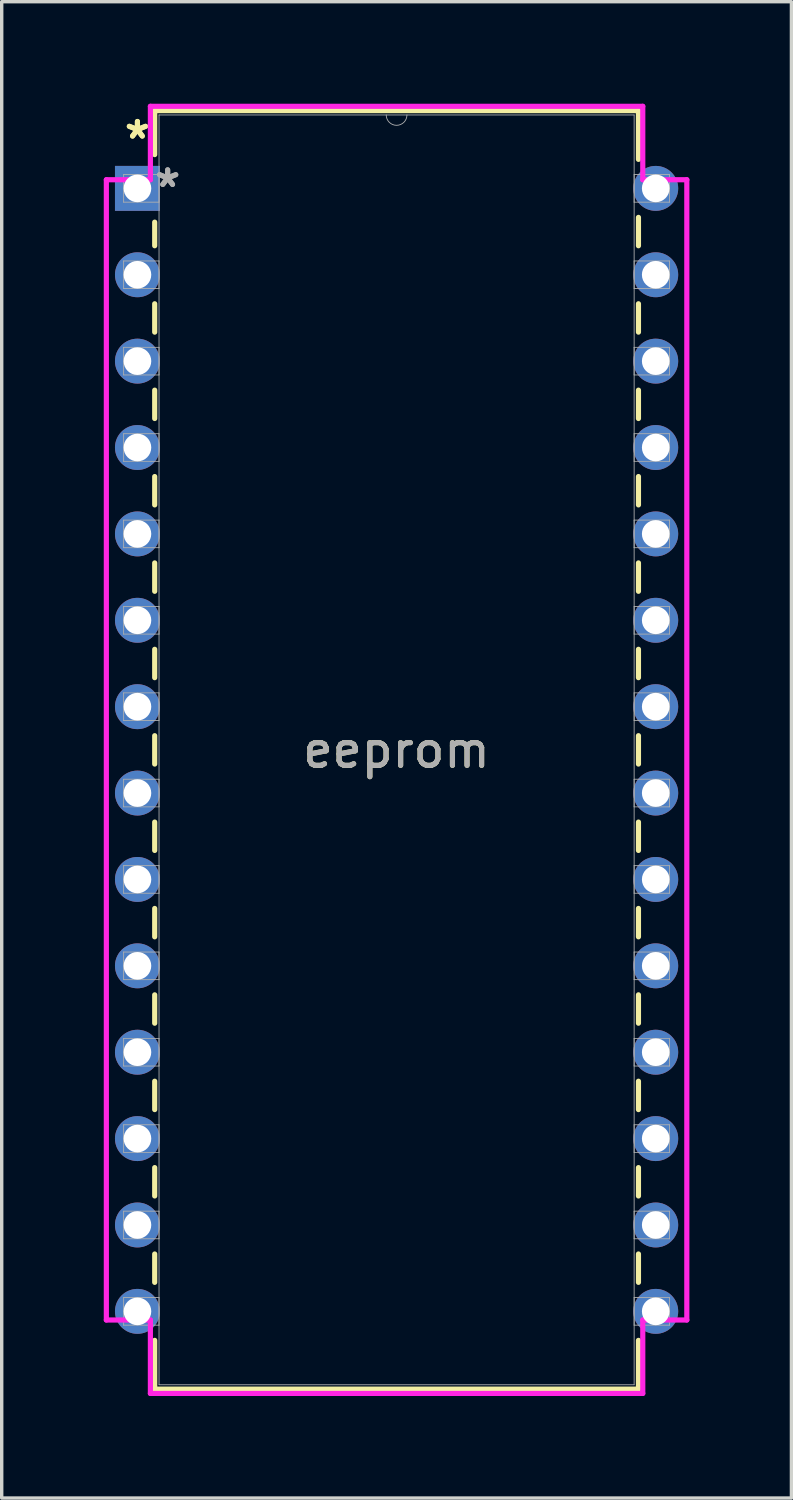
<source format=kicad_pcb>
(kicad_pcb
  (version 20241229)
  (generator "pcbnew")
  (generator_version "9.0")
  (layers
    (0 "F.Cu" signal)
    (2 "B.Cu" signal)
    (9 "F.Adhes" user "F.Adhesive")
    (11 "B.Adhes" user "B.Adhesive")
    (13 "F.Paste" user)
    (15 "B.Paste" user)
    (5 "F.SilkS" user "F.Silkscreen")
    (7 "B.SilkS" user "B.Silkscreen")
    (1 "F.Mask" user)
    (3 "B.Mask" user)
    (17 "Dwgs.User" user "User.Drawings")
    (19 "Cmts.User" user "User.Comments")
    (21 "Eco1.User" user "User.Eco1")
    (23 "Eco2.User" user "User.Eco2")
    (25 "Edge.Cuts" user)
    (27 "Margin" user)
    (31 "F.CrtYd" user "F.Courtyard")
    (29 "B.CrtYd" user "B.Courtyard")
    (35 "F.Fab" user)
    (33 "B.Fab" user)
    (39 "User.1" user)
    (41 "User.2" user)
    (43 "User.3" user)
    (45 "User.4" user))
  (footprint "eeprom"
    (layer "F.Cu")
    (at 16.231 35.509)
    (property "Reference" "eeprom" (at -7.62 -16.51 0) (unlocked yes) (layer "F.SilkS") (effects (font (size 1 1) (thickness 0.15))))
    (attr through_hole)
    (fp_line (start -14.732 -35.306) (end -14.732 -34.013) (stroke (width 0.152) (type solid)) (layer "F.SilkS"))
    (fp_line (start -14.732 -32.027) (end -14.732 -31.333) (stroke (width 0.152) (type solid)) (layer "F.SilkS"))
    (fp_line (start -14.732 -29.627) (end -14.732 -28.793) (stroke (width 0.152) (type solid)) (layer "F.SilkS"))
    (fp_line (start -14.732 -27.087) (end -14.732 -26.253) (stroke (width 0.152) (type solid)) (layer "F.SilkS"))
    (fp_line (start -14.732 -24.547) (end -14.732 -23.713) (stroke (width 0.152) (type solid)) (layer "F.SilkS"))
    (fp_line (start -14.732 -22.007) (end -14.732 -21.173) (stroke (width 0.152) (type solid)) (layer "F.SilkS"))
    (fp_line (start -14.732 -19.467) (end -14.732 -18.633) (stroke (width 0.152) (type solid)) (layer "F.SilkS"))
    (fp_line (start -14.732 -16.927) (end -14.732 -16.093) (stroke (width 0.152) (type solid)) (layer "F.SilkS"))
    (fp_line (start -14.732 -14.387) (end -14.732 -13.553) (stroke (width 0.152) (type solid)) (layer "F.SilkS"))
    (fp_line (start -14.732 -11.847) (end -14.732 -11.013) (stroke (width 0.152) (type solid)) (layer "F.SilkS"))
    (fp_line (start -14.732 -9.307) (end -14.732 -8.473) (stroke (width 0.152) (type solid)) (layer "F.SilkS"))
    (fp_line (start -14.732 -6.767) (end -14.732 -5.933) (stroke (width 0.152) (type solid)) (layer "F.SilkS"))
    (fp_line (start -14.732 -4.227) (end -14.732 -3.393) (stroke (width 0.152) (type solid)) (layer "F.SilkS"))
    (fp_line (start -14.732 -1.687) (end -14.732 -0.853) (stroke (width 0.152) (type solid)) (layer "F.SilkS"))
    (fp_line (start -14.732 0.853) (end -14.732 2.286) (stroke (width 0.152) (type solid)) (layer "F.SilkS"))
    (fp_line (start -14.732 2.286) (end -0.508 2.286) (stroke (width 0.152) (type solid)) (layer "F.SilkS"))
    (fp_line (start -0.508 -35.306) (end -14.732 -35.306) (stroke (width 0.152) (type solid)) (layer "F.SilkS"))
    (fp_line (start -0.508 -33.873) (end -0.508 -35.306) (stroke (width 0.152) (type solid)) (layer "F.SilkS"))
    (fp_line (start -0.508 -31.333) (end -0.508 -32.167) (stroke (width 0.152) (type solid)) (layer "F.SilkS"))
    (fp_line (start -0.508 -28.793) (end -0.508 -29.627) (stroke (width 0.152) (type solid)) (layer "F.SilkS"))
    (fp_line (start -0.508 -26.253) (end -0.508 -27.087) (stroke (width 0.152) (type solid)) (layer "F.SilkS"))
    (fp_line (start -0.508 -23.713) (end -0.508 -24.547) (stroke (width 0.152) (type solid)) (layer "F.SilkS"))
    (fp_line (start -0.508 -21.173) (end -0.508 -22.007) (stroke (width 0.152) (type solid)) (layer "F.SilkS"))
    (fp_line (start -0.508 -18.633) (end -0.508 -19.467) (stroke (width 0.152) (type solid)) (layer "F.SilkS"))
    (fp_line (start -0.508 -16.093) (end -0.508 -16.927) (stroke (width 0.152) (type solid)) (layer "F.SilkS"))
    (fp_line (start -0.508 -13.553) (end -0.508 -14.387) (stroke (width 0.152) (type solid)) (layer "F.SilkS"))
    (fp_line (start -0.508 -11.013) (end -0.508 -11.847) (stroke (width 0.152) (type solid)) (layer "F.SilkS"))
    (fp_line (start -0.508 -8.473) (end -0.508 -9.307) (stroke (width 0.152) (type solid)) (layer "F.SilkS"))
    (fp_line (start -0.508 -5.933) (end -0.508 -6.767) (stroke (width 0.152) (type solid)) (layer "F.SilkS"))
    (fp_line (start -0.508 -3.393) (end -0.508 -4.227) (stroke (width 0.152) (type solid)) (layer "F.SilkS"))
    (fp_line (start -0.508 -0.853) (end -0.508 -1.687) (stroke (width 0.152) (type solid)) (layer "F.SilkS"))
    (fp_line (start -0.508 2.286) (end -0.508 0.853) (stroke (width 0.152) (type solid)) (layer "F.SilkS"))
    (fp_line (start -16.154 -33.274) (end -14.859 -33.274) (stroke (width 0.152) (type solid)) (layer "F.CrtYd"))
    (fp_line (start -16.154 0.254) (end -16.154 -33.274) (stroke (width 0.152) (type solid)) (layer "F.CrtYd"))
    (fp_line (start -14.859 -35.433) (end -0.381 -35.433) (stroke (width 0.152) (type solid)) (layer "F.CrtYd"))
    (fp_line (start -14.859 -33.274) (end -14.859 -35.433) (stroke (width 0.152) (type solid)) (layer "F.CrtYd"))
    (fp_line (start -14.859 0.254) (end -16.154 0.254) (stroke (width 0.152) (type solid)) (layer "F.CrtYd"))
    (fp_line (start -14.859 2.413) (end -14.859 0.254) (stroke (width 0.152) (type solid)) (layer "F.CrtYd"))
    (fp_line (start -0.381 -35.433) (end -0.381 -33.274) (stroke (width 0.152) (type solid)) (layer "F.CrtYd"))
    (fp_line (start -0.381 0.254) (end -0.381 2.413) (stroke (width 0.152) (type solid)) (layer "F.CrtYd"))
    (fp_line (start -0.381 2.413) (end -14.859 2.413) (stroke (width 0.152) (type solid)) (layer "F.CrtYd"))
    (fp_line (start 0.914 -33.274) (end -0.381 -33.274) (stroke (width 0.152) (type solid)) (layer "F.CrtYd"))
    (fp_line (start 0.914 -33.274) (end 0.914 0.254) (stroke (width 0.152) (type solid)) (layer "F.CrtYd"))
    (fp_line (start 0.914 0.254) (end -0.381 0.254) (stroke (width 0.152) (type solid)) (layer "F.CrtYd"))
    (fp_line (start -15.646 -33.426) (end -15.646 -32.614) (stroke (width 0.025) (type solid)) (layer "F.Fab"))
    (fp_line (start -15.646 -32.614) (end -14.605 -32.614) (stroke (width 0.025) (type solid)) (layer "F.Fab"))
    (fp_line (start -15.646 -30.886) (end -15.646 -30.074) (stroke (width 0.025) (type solid)) (layer "F.Fab"))
    (fp_line (start -15.646 -30.074) (end -14.605 -30.074) (stroke (width 0.025) (type solid)) (layer "F.Fab"))
    (fp_line (start -15.646 -28.346) (end -15.646 -27.534) (stroke (width 0.025) (type solid)) (layer "F.Fab"))
    (fp_line (start -15.646 -27.534) (end -14.605 -27.534) (stroke (width 0.025) (type solid)) (layer "F.Fab"))
    (fp_line (start -15.646 -25.806) (end -15.646 -24.994) (stroke (width 0.025) (type solid)) (layer "F.Fab"))
    (fp_line (start -15.646 -24.994) (end -14.605 -24.994) (stroke (width 0.025) (type solid)) (layer "F.Fab"))
    (fp_line (start -15.646 -23.266) (end -15.646 -22.454) (stroke (width 0.025) (type solid)) (layer "F.Fab"))
    (fp_line (start -15.646 -22.454) (end -14.605 -22.454) (stroke (width 0.025) (type solid)) (layer "F.Fab"))
    (fp_line (start -15.646 -20.726) (end -15.646 -19.914) (stroke (width 0.025) (type solid)) (layer "F.Fab"))
    (fp_line (start -15.646 -19.914) (end -14.605 -19.914) (stroke (width 0.025) (type solid)) (layer "F.Fab"))
    (fp_line (start -15.646 -18.186) (end -15.646 -17.374) (stroke (width 0.025) (type solid)) (layer "F.Fab"))
    (fp_line (start -15.646 -17.374) (end -14.605 -17.374) (stroke (width 0.025) (type solid)) (layer "F.Fab"))
    (fp_line (start -15.646 -15.646) (end -15.646 -14.834) (stroke (width 0.025) (type solid)) (layer "F.Fab"))
    (fp_line (start -15.646 -14.834) (end -14.605 -14.834) (stroke (width 0.025) (type solid)) (layer "F.Fab"))
    (fp_line (start -15.646 -13.106) (end -15.646 -12.294) (stroke (width 0.025) (type solid)) (layer "F.Fab"))
    (fp_line (start -15.646 -12.294) (end -14.605 -12.294) (stroke (width 0.025) (type solid)) (layer "F.Fab"))
    (fp_line (start -15.646 -10.566) (end -15.646 -9.754) (stroke (width 0.025) (type solid)) (layer "F.Fab"))
    (fp_line (start -15.646 -9.754) (end -14.605 -9.754) (stroke (width 0.025) (type solid)) (layer "F.Fab"))
    (fp_line (start -15.646 -8.026) (end -15.646 -7.214) (stroke (width 0.025) (type solid)) (layer "F.Fab"))
    (fp_line (start -15.646 -7.214) (end -14.605 -7.214) (stroke (width 0.025) (type solid)) (layer "F.Fab"))
    (fp_line (start -15.646 -5.486) (end -15.646 -4.674) (stroke (width 0.025) (type solid)) (layer "F.Fab"))
    (fp_line (start -15.646 -4.674) (end -14.605 -4.674) (stroke (width 0.025) (type solid)) (layer "F.Fab"))
    (fp_line (start -15.646 -2.946) (end -15.646 -2.134) (stroke (width 0.025) (type solid)) (layer "F.Fab"))
    (fp_line (start -15.646 -2.134) (end -14.605 -2.134) (stroke (width 0.025) (type solid)) (layer "F.Fab"))
    (fp_line (start -15.646 -0.406) (end -15.646 0.406) (stroke (width 0.025) (type solid)) (layer "F.Fab"))
    (fp_line (start -15.646 0.406) (end -14.605 0.406) (stroke (width 0.025) (type solid)) (layer "F.Fab"))
    (fp_line (start -14.605 -35.179) (end -14.605 2.159) (stroke (width 0.025) (type solid)) (layer "F.Fab"))
    (fp_line (start -14.605 -33.426) (end -15.646 -33.426) (stroke (width 0.025) (type solid)) (layer "F.Fab"))
    (fp_line (start -14.605 -32.614) (end -14.605 -33.426) (stroke (width 0.025) (type solid)) (layer "F.Fab"))
    (fp_line (start -14.605 -30.886) (end -15.646 -30.886) (stroke (width 0.025) (type solid)) (layer "F.Fab"))
    (fp_line (start -14.605 -30.074) (end -14.605 -30.886) (stroke (width 0.025) (type solid)) (layer "F.Fab"))
    (fp_line (start -14.605 -28.346) (end -15.646 -28.346) (stroke (width 0.025) (type solid)) (layer "F.Fab"))
    (fp_line (start -14.605 -27.534) (end -14.605 -28.346) (stroke (width 0.025) (type solid)) (layer "F.Fab"))
    (fp_line (start -14.605 -25.806) (end -15.646 -25.806) (stroke (width 0.025) (type solid)) (layer "F.Fab"))
    (fp_line (start -14.605 -24.994) (end -14.605 -25.806) (stroke (width 0.025) (type solid)) (layer "F.Fab"))
    (fp_line (start -14.605 -23.266) (end -15.646 -23.266) (stroke (width 0.025) (type solid)) (layer "F.Fab"))
    (fp_line (start -14.605 -22.454) (end -14.605 -23.266) (stroke (width 0.025) (type solid)) (layer "F.Fab"))
    (fp_line (start -14.605 -20.726) (end -15.646 -20.726) (stroke (width 0.025) (type solid)) (layer "F.Fab"))
    (fp_line (start -14.605 -19.914) (end -14.605 -20.726) (stroke (width 0.025) (type solid)) (layer "F.Fab"))
    (fp_line (start -14.605 -18.186) (end -15.646 -18.186) (stroke (width 0.025) (type solid)) (layer "F.Fab"))
    (fp_line (start -14.605 -17.374) (end -14.605 -18.186) (stroke (width 0.025) (type solid)) (layer "F.Fab"))
    (fp_line (start -14.605 -15.646) (end -15.646 -15.646) (stroke (width 0.025) (type solid)) (layer "F.Fab"))
    (fp_line (start -14.605 -14.834) (end -14.605 -15.646) (stroke (width 0.025) (type solid)) (layer "F.Fab"))
    (fp_line (start -14.605 -13.106) (end -15.646 -13.106) (stroke (width 0.025) (type solid)) (layer "F.Fab"))
    (fp_line (start -14.605 -12.294) (end -14.605 -13.106) (stroke (width 0.025) (type solid)) (layer "F.Fab"))
    (fp_line (start -14.605 -10.566) (end -15.646 -10.566) (stroke (width 0.025) (type solid)) (layer "F.Fab"))
    (fp_line (start -14.605 -9.754) (end -14.605 -10.566) (stroke (width 0.025) (type solid)) (layer "F.Fab"))
    (fp_line (start -14.605 -8.026) (end -15.646 -8.026) (stroke (width 0.025) (type solid)) (layer "F.Fab"))
    (fp_line (start -14.605 -7.214) (end -14.605 -8.026) (stroke (width 0.025) (type solid)) (layer "F.Fab"))
    (fp_line (start -14.605 -5.486) (end -15.646 -5.486) (stroke (width 0.025) (type solid)) (layer "F.Fab"))
    (fp_line (start -14.605 -4.674) (end -14.605 -5.486) (stroke (width 0.025) (type solid)) (layer "F.Fab"))
    (fp_line (start -14.605 -2.946) (end -15.646 -2.946) (stroke (width 0.025) (type solid)) (layer "F.Fab"))
    (fp_line (start -14.605 -2.134) (end -14.605 -2.946) (stroke (width 0.025) (type solid)) (layer "F.Fab"))
    (fp_line (start -14.605 -0.406) (end -15.646 -0.406) (stroke (width 0.025) (type solid)) (layer "F.Fab"))
    (fp_line (start -14.605 0.406) (end -14.605 -0.406) (stroke (width 0.025) (type solid)) (layer "F.Fab"))
    (fp_line (start -14.605 2.159) (end -0.635 2.159) (stroke (width 0.025) (type solid)) (layer "F.Fab"))
    (fp_line (start -0.635 -35.179) (end -14.605 -35.179) (stroke (width 0.025) (type solid)) (layer "F.Fab"))
    (fp_line (start -0.635 -33.426) (end -0.635 -32.614) (stroke (width 0.025) (type solid)) (layer "F.Fab"))
    (fp_line (start -0.635 -32.614) (end 0.406 -32.614) (stroke (width 0.025) (type solid)) (layer "F.Fab"))
    (fp_line (start -0.635 -30.886) (end -0.635 -30.074) (stroke (width 0.025) (type solid)) (layer "F.Fab"))
    (fp_line (start -0.635 -30.074) (end 0.406 -30.074) (stroke (width 0.025) (type solid)) (layer "F.Fab"))
    (fp_line (start -0.635 -28.346) (end -0.635 -27.534) (stroke (width 0.025) (type solid)) (layer "F.Fab"))
    (fp_line (start -0.635 -27.534) (end 0.406 -27.534) (stroke (width 0.025) (type solid)) (layer "F.Fab"))
    (fp_line (start -0.635 -25.806) (end -0.635 -24.994) (stroke (width 0.025) (type solid)) (layer "F.Fab"))
    (fp_line (start -0.635 -24.994) (end 0.406 -24.994) (stroke (width 0.025) (type solid)) (layer "F.Fab"))
    (fp_line (start -0.635 -23.266) (end -0.635 -22.454) (stroke (width 0.025) (type solid)) (layer "F.Fab"))
    (fp_line (start -0.635 -22.454) (end 0.406 -22.454) (stroke (width 0.025) (type solid)) (layer "F.Fab"))
    (fp_line (start -0.635 -20.726) (end -0.635 -19.914) (stroke (width 0.025) (type solid)) (layer "F.Fab"))
    (fp_line (start -0.635 -19.914) (end 0.406 -19.914) (stroke (width 0.025) (type solid)) (layer "F.Fab"))
    (fp_line (start -0.635 -18.186) (end -0.635 -17.374) (stroke (width 0.025) (type solid)) (layer "F.Fab"))
    (fp_line (start -0.635 -17.374) (end 0.406 -17.374) (stroke (width 0.025) (type solid)) (layer "F.Fab"))
    (fp_line (start -0.635 -15.646) (end -0.635 -14.834) (stroke (width 0.025) (type solid)) (layer "F.Fab"))
    (fp_line (start -0.635 -14.834) (end 0.406 -14.834) (stroke (width 0.025) (type solid)) (layer "F.Fab"))
    (fp_line (start -0.635 -13.106) (end -0.635 -12.294) (stroke (width 0.025) (type solid)) (layer "F.Fab"))
    (fp_line (start -0.635 -12.294) (end 0.406 -12.294) (stroke (width 0.025) (type solid)) (layer "F.Fab"))
    (fp_line (start -0.635 -10.566) (end -0.635 -9.754) (stroke (width 0.025) (type solid)) (layer "F.Fab"))
    (fp_line (start -0.635 -9.754) (end 0.406 -9.754) (stroke (width 0.025) (type solid)) (layer "F.Fab"))
    (fp_line (start -0.635 -8.026) (end -0.635 -7.214) (stroke (width 0.025) (type solid)) (layer "F.Fab"))
    (fp_line (start -0.635 -7.214) (end 0.406 -7.214) (stroke (width 0.025) (type solid)) (layer "F.Fab"))
    (fp_line (start -0.635 -5.486) (end -0.635 -4.674) (stroke (width 0.025) (type solid)) (layer "F.Fab"))
    (fp_line (start -0.635 -4.674) (end 0.406 -4.674) (stroke (width 0.025) (type solid)) (layer "F.Fab"))
    (fp_line (start -0.635 -2.946) (end -0.635 -2.134) (stroke (width 0.025) (type solid)) (layer "F.Fab"))
    (fp_line (start -0.635 -2.134) (end 0.406 -2.134) (stroke (width 0.025) (type solid)) (layer "F.Fab"))
    (fp_line (start -0.635 -0.406) (end -0.635 0.406) (stroke (width 0.025) (type solid)) (layer "F.Fab"))
    (fp_line (start -0.635 0.406) (end 0.406 0.406) (stroke (width 0.025) (type solid)) (layer "F.Fab"))
    (fp_line (start -0.635 2.159) (end -0.635 -35.179) (stroke (width 0.025) (type solid)) (layer "F.Fab"))
    (fp_line (start 0.406 -33.426) (end -0.635 -33.426) (stroke (width 0.025) (type solid)) (layer "F.Fab"))
    (fp_line (start 0.406 -32.614) (end 0.406 -33.426) (stroke (width 0.025) (type solid)) (layer "F.Fab"))
    (fp_line (start 0.406 -30.886) (end -0.635 -30.886) (stroke (width 0.025) (type solid)) (layer "F.Fab"))
    (fp_line (start 0.406 -30.074) (end 0.406 -30.886) (stroke (width 0.025) (type solid)) (layer "F.Fab"))
    (fp_line (start 0.406 -28.346) (end -0.635 -28.346) (stroke (width 0.025) (type solid)) (layer "F.Fab"))
    (fp_line (start 0.406 -27.534) (end 0.406 -28.346) (stroke (width 0.025) (type solid)) (layer "F.Fab"))
    (fp_line (start 0.406 -25.806) (end -0.635 -25.806) (stroke (width 0.025) (type solid)) (layer "F.Fab"))
    (fp_line (start 0.406 -24.994) (end 0.406 -25.806) (stroke (width 0.025) (type solid)) (layer "F.Fab"))
    (fp_line (start 0.406 -23.266) (end -0.635 -23.266) (stroke (width 0.025) (type solid)) (layer "F.Fab"))
    (fp_line (start 0.406 -22.454) (end 0.406 -23.266) (stroke (width 0.025) (type solid)) (layer "F.Fab"))
    (fp_line (start 0.406 -20.726) (end -0.635 -20.726) (stroke (width 0.025) (type solid)) (layer "F.Fab"))
    (fp_line (start 0.406 -19.914) (end 0.406 -20.726) (stroke (width 0.025) (type solid)) (layer "F.Fab"))
    (fp_line (start 0.406 -18.186) (end -0.635 -18.186) (stroke (width 0.025) (type solid)) (layer "F.Fab"))
    (fp_line (start 0.406 -17.374) (end 0.406 -18.186) (stroke (width 0.025) (type solid)) (layer "F.Fab"))
    (fp_line (start 0.406 -15.646) (end -0.635 -15.646) (stroke (width 0.025) (type solid)) (layer "F.Fab"))
    (fp_line (start 0.406 -14.834) (end 0.406 -15.646) (stroke (width 0.025) (type solid)) (layer "F.Fab"))
    (fp_line (start 0.406 -13.106) (end -0.635 -13.106) (stroke (width 0.025) (type solid)) (layer "F.Fab"))
    (fp_line (start 0.406 -12.294) (end 0.406 -13.106) (stroke (width 0.025) (type solid)) (layer "F.Fab"))
    (fp_line (start 0.406 -10.566) (end -0.635 -10.566) (stroke (width 0.025) (type solid)) (layer "F.Fab"))
    (fp_line (start 0.406 -9.754) (end 0.406 -10.566) (stroke (width 0.025) (type solid)) (layer "F.Fab"))
    (fp_line (start 0.406 -8.026) (end -0.635 -8.026) (stroke (width 0.025) (type solid)) (layer "F.Fab"))
    (fp_line (start 0.406 -7.214) (end 0.406 -8.026) (stroke (width 0.025) (type solid)) (layer "F.Fab"))
    (fp_line (start 0.406 -5.486) (end -0.635 -5.486) (stroke (width 0.025) (type solid)) (layer "F.Fab"))
    (fp_line (start 0.406 -4.674) (end 0.406 -5.486) (stroke (width 0.025) (type solid)) (layer "F.Fab"))
    (fp_line (start 0.406 -2.946) (end -0.635 -2.946) (stroke (width 0.025) (type solid)) (layer "F.Fab"))
    (fp_line (start 0.406 -2.134) (end 0.406 -2.946) (stroke (width 0.025) (type solid)) (layer "F.Fab"))
    (fp_line (start 0.406 -0.406) (end -0.635 -0.406) (stroke (width 0.025) (type solid)) (layer "F.Fab"))
    (fp_line (start 0.406 0.406) (end 0.406 -0.406) (stroke (width 0.025) (type solid)) (layer "F.Fab"))
    (fp_arc (start -7.3152 -35.179) (mid -7.62 -34.8742) (end -7.9248 -35.179) (stroke (width 0.0254) (type solid)) (layer "F.Fab"))
    (fp_text user "*" (at -15.24 -34.442 0) (unlocked yes) (layer "F.SilkS") (effects (font (size 1 1) (thickness 0.15))))
    (fp_text user "*" (at -15.24 -34.442 0) (layer "F.SilkS") (effects (font (size 1 1) (thickness 0.15))))
    (fp_text user "${REFERENCE}" (at -7.62 -16.51 0) (unlocked yes) (layer "F.Fab") (effects (font (size 1 1) (thickness 0.15))))
    (fp_text user "*" (at -14.351 -33.02 0) (layer "F.Fab") (effects (font (size 1 1) (thickness 0.15))))
    (fp_text user "*" (at -14.351 -33.02 0) (unlocked yes) (layer "F.Fab") (effects (font (size 1 1) (thickness 0.15))))
    (pad "1" thru_hole rect (at -15.24 -33.02) (size 1.321 1.321) (drill 0.813) (layers "*.Cu" "*.Mask"))
    (pad "2" thru_hole circle (at -15.24 -30.48) (size 1.321 1.321) (drill 0.813) (layers "*.Cu" "*.Mask"))
    (pad "3" thru_hole circle (at -15.24 -27.94) (size 1.321 1.321) (drill 0.813) (layers "*.Cu" "*.Mask"))
    (pad "4" thru_hole circle (at -15.24 -25.4) (size 1.321 1.321) (drill 0.813) (layers "*.Cu" "*.Mask"))
    (pad "5" thru_hole circle (at -15.24 -22.86) (size 1.321 1.321) (drill 0.813) (layers "*.Cu" "*.Mask"))
    (pad "6" thru_hole circle (at -15.24 -20.32) (size 1.321 1.321) (drill 0.813) (layers "*.Cu" "*.Mask"))
    (pad "7" thru_hole circle (at -15.24 -17.78) (size 1.321 1.321) (drill 0.813) (layers "*.Cu" "*.Mask"))
    (pad "8" thru_hole circle (at -15.24 -15.24) (size 1.321 1.321) (drill 0.813) (layers "*.Cu" "*.Mask"))
    (pad "9" thru_hole circle (at -15.24 -12.7) (size 1.321 1.321) (drill 0.813) (layers "*.Cu" "*.Mask"))
    (pad "10" thru_hole circle (at -15.24 -10.16) (size 1.321 1.321) (drill 0.813) (layers "*.Cu" "*.Mask"))
    (pad "11" thru_hole circle (at -15.24 -7.62) (size 1.321 1.321) (drill 0.813) (layers "*.Cu" "*.Mask"))
    (pad "12" thru_hole circle (at -15.24 -5.08) (size 1.321 1.321) (drill 0.813) (layers "*.Cu" "*.Mask"))
    (pad "13" thru_hole circle (at -15.24 -2.54) (size 1.321 1.321) (drill 0.813) (layers "*.Cu" "*.Mask"))
    (pad "14" thru_hole circle (at -15.24 0) (size 1.321 1.321) (drill 0.813) (layers "*.Cu" "*.Mask"))
    (pad "15" thru_hole circle (at 0 0) (size 1.321 1.321) (drill 0.813) (layers "*.Cu" "*.Mask"))
    (pad "16" thru_hole circle (at 0 -2.54) (size 1.321 1.321) (drill 0.813) (layers "*.Cu" "*.Mask"))
    (pad "17" thru_hole circle (at 0 -5.08) (size 1.321 1.321) (drill 0.813) (layers "*.Cu" "*.Mask"))
    (pad "18" thru_hole circle (at 0 -7.62) (size 1.321 1.321) (drill 0.813) (layers "*.Cu" "*.Mask"))
    (pad "19" thru_hole circle (at 0 -10.16) (size 1.321 1.321) (drill 0.813) (layers "*.Cu" "*.Mask"))
    (pad "20" thru_hole circle (at 0 -12.7) (size 1.321 1.321) (drill 0.813) (layers "*.Cu" "*.Mask"))
    (pad "21" thru_hole circle (at 0 -15.24) (size 1.321 1.321) (drill 0.813) (layers "*.Cu" "*.Mask"))
    (pad "22" thru_hole circle (at 0 -17.78) (size 1.321 1.321) (drill 0.813) (layers "*.Cu" "*.Mask"))
    (pad "23" thru_hole circle (at 0 -20.32) (size 1.321 1.321) (drill 0.813) (layers "*.Cu" "*.Mask"))
    (pad "24" thru_hole circle (at 0 -22.86) (size 1.321 1.321) (drill 0.813) (layers "*.Cu" "*.Mask"))
    (pad "25" thru_hole circle (at 0 -25.4) (size 1.321 1.321) (drill 0.813) (layers "*.Cu" "*.Mask"))
    (pad "26" thru_hole circle (at 0 -27.94) (size 1.321 1.321) (drill 0.813) (layers "*.Cu" "*.Mask"))
    (pad "27" thru_hole circle (at 0 -30.48) (size 1.321 1.321) (drill 0.813) (layers "*.Cu" "*.Mask"))
    (pad "28" thru_hole circle (at 0 -33.02) (size 1.321 1.321) (drill 0.813) (layers "*.Cu" "*.Mask")))
  (gr_rect
    (start -3 -3)
    (end 20.221 40.998)
    (stroke (width 0.1) (type default))
    (fill no)
    (layer "Edge.Cuts")))
</source>
